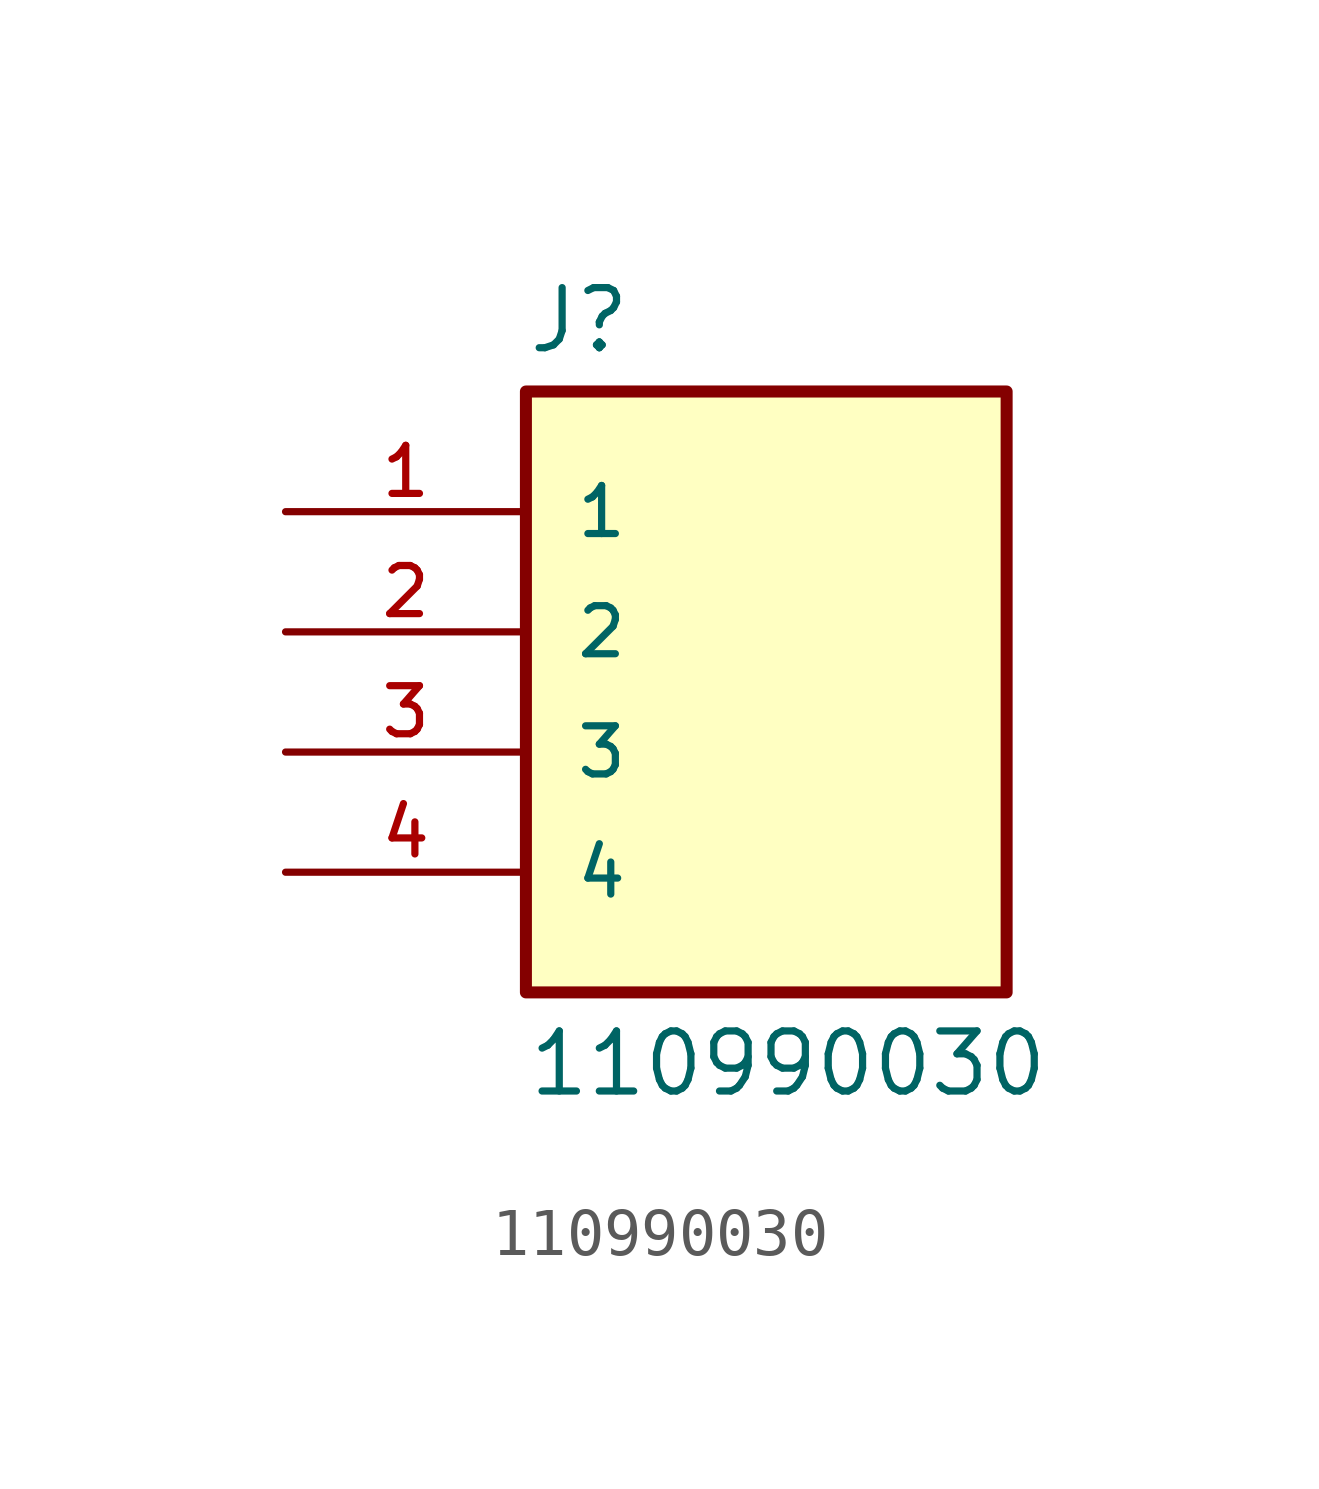
<source format=kicad_sym>
(kicad_symbol_lib
  (version 20231120)
  (generator "kicad_symbol_editor")
  (generator_version "8.0")
  (symbol "110990030"
    (pin_names
      (offset 1.016))
    (property "Reference" "J"
      (at -2.54 -4.318 0)
      (effects (font (size 1.27 1.27)) (justify left bottom)))
    (property "Value" "110990030"
      (at -2.54 -18.542 0)
      (effects (font (size 1.27 1.27)) (justify left top)))
    (symbol "110990030_0_0"
      (rectangle (start -2.54 -17.78) (end 7.62 -5.08) (stroke (width 0.254) (type default)) (fill (type background)))
      (pin passive line (at -7.62 -7.62 0) (length 5.08) (name "1" (effects (font (size 1.016 1.016)))) (number "1" (effects (font (size 1.016 1.016)))))
      (pin passive line (at -7.62 -10.16 0) (length 5.08) (name "2" (effects (font (size 1.016 1.016)))) (number "2" (effects (font (size 1.016 1.016)))))
      (pin passive line (at -7.62 -12.7 0) (length 5.08) (name "3" (effects (font (size 1.016 1.016)))) (number "3" (effects (font (size 1.016 1.016)))))
      (pin passive line (at -7.62 -15.24 0) (length 5.08) (name "4" (effects (font (size 1.016 1.016)))) (number "4" (effects (font (size 1.016 1.016))))))))
</source>
